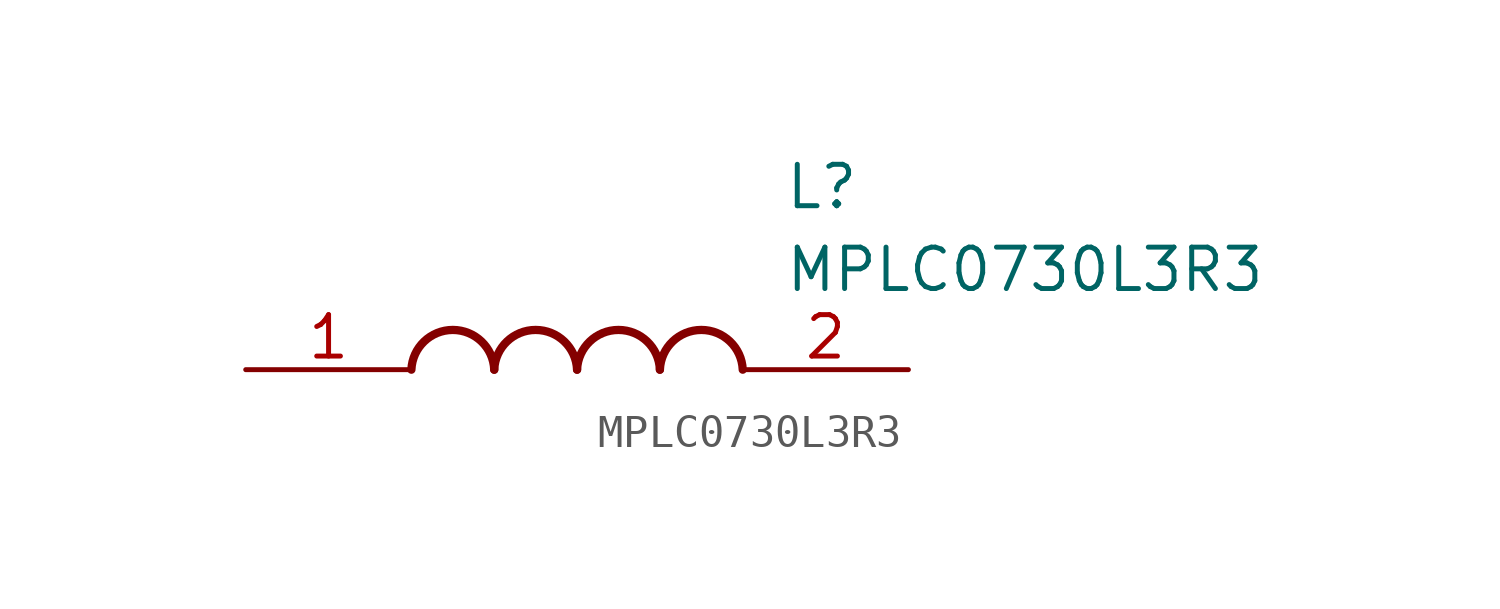
<source format=kicad_sym>
(kicad_symbol_lib
  (version 20211014)
  (generator SamacSys_ECAD_Model)
  (symbol "MPLC0730L3R3"
    (pin_names hide)
    (property "Reference" "L"
      (at 16.51 6.35 0)
      (effects (font (size 1.27 1.27)) (justify left top)))
    (property "Value" "MPLC0730L3R3"
      (at 16.51 3.81 0)
      (effects (font (size 1.27 1.27)) (justify left top)))
    (arc
      (start 7.62 0)
      (mid 6.35 1.219)
      (end 5.08 0)
      (stroke (width 0.254) (type default))
      (fill (type none)))
    (arc
      (start 10.16 0)
      (mid 8.89 1.219)
      (end 7.62 0)
      (stroke (width 0.254) (type default))
      (fill (type none)))
    (arc
      (start 12.7 0)
      (mid 11.43 1.219)
      (end 10.16 0)
      (stroke (width 0.254) (type default))
      (fill (type none)))
    (arc
      (start 15.24 0)
      (mid 13.97 1.219)
      (end 12.7 0)
      (stroke (width 0.254) (type default))
      (fill (type none)))
    (pin passive line
      (at 0 0 0)
      (length 5.08)
      (name "1" (effects (font (size 1.27 1.27))))
      (number "1" (effects (font (size 1.27 1.27)))))
    (pin passive line
      (at 20.32 0 180)
      (length 5.08)
      (name "2" (effects (font (size 1.27 1.27))))
      (number "2" (effects (font (size 1.27 1.27)))))))
</source>
